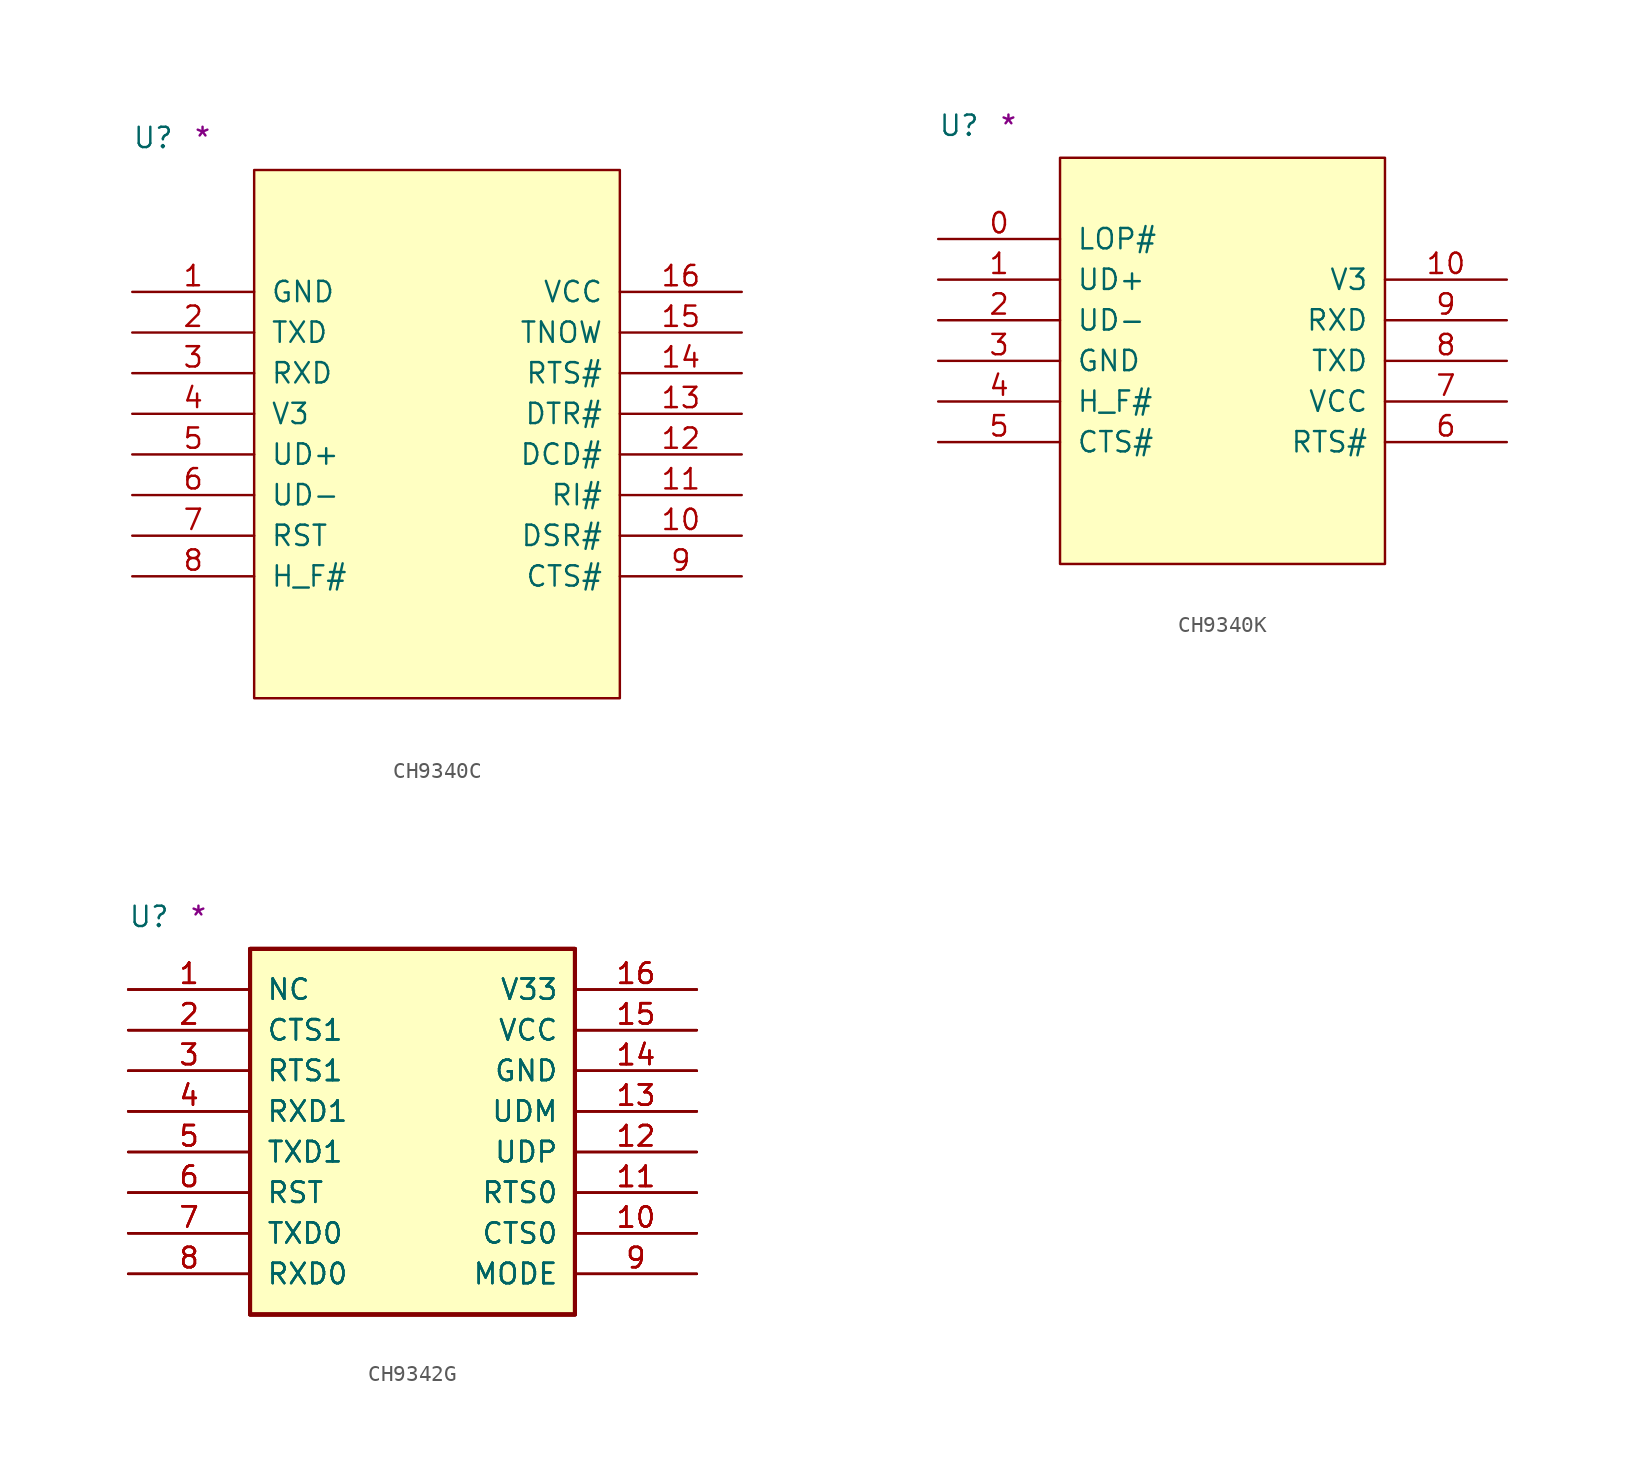
<source format=kicad_sym>
(kicad_symbol_lib
  (version 20211014)
  (generator kicad_symbol_editor)
  (symbol "CH9340C"
    (pin_names
      (offset 1.016))
    (property "Reference" "U"
      (at -7.62 1.27 0)
      (effects (font (size 1.27 1.27)) (justify left bottom)))
    (property "Comment" "*"
      (at -3.81 1.27 0)
      (effects (font (size 1.27 1.27)) (justify left bottom)))
    (symbol "CH9340C_1_1"
      (rectangle (start 0 -33.02) (end 22.86 0) (stroke (width 0) (type default) (color 0 0 0 0)) (fill (type background)))
      (pin power_in line (at -7.62 -7.62 0) (length 7.62) (name "GND" (effects (font (size 1.27 1.27)))) (number "1" (effects (font (size 1.27 1.27)))))
      (pin input line (at 30.48 -22.86 180) (length 7.62) (name "DSR#" (effects (font (size 1.27 1.27)))) (number "10" (effects (font (size 1.27 1.27)))))
      (pin input line (at 30.48 -20.32 180) (length 7.62) (name "RI#" (effects (font (size 1.27 1.27)))) (number "11" (effects (font (size 1.27 1.27)))))
      (pin input line (at 30.48 -17.78 180) (length 7.62) (name "DCD#" (effects (font (size 1.27 1.27)))) (number "12" (effects (font (size 1.27 1.27)))))
      (pin output line (at 30.48 -15.24 180) (length 7.62) (name "DTR#" (effects (font (size 1.27 1.27)))) (number "13" (effects (font (size 1.27 1.27)))))
      (pin output line (at 30.48 -12.7 180) (length 7.62) (name "RTS#" (effects (font (size 1.27 1.27)))) (number "14" (effects (font (size 1.27 1.27)))))
      (pin output line (at 30.48 -10.16 180) (length 7.62) (name "TNOW" (effects (font (size 1.27 1.27)))) (number "15" (effects (font (size 1.27 1.27)))))
      (pin power_in line (at 30.48 -7.62 180) (length 7.62) (name "VCC" (effects (font (size 1.27 1.27)))) (number "16" (effects (font (size 1.27 1.27)))))
      (pin output line (at -7.62 -10.16 0) (length 7.62) (name "TXD" (effects (font (size 1.27 1.27)))) (number "2" (effects (font (size 1.27 1.27)))))
      (pin input line (at -7.62 -12.7 0) (length 7.62) (name "RXD" (effects (font (size 1.27 1.27)))) (number "3" (effects (font (size 1.27 1.27)))))
      (pin power_in line (at -7.62 -15.24 0) (length 7.62) (name "V3" (effects (font (size 1.27 1.27)))) (number "4" (effects (font (size 1.27 1.27)))))
      (pin bidirectional line (at -7.62 -17.78 0) (length 7.62) (name "UD+" (effects (font (size 1.27 1.27)))) (number "5" (effects (font (size 1.27 1.27)))))
      (pin bidirectional line (at -7.62 -20.32 0) (length 7.62) (name "UD-" (effects (font (size 1.27 1.27)))) (number "6" (effects (font (size 1.27 1.27)))))
      (pin input line (at -7.62 -22.86 0) (length 7.62) (name "RST" (effects (font (size 1.27 1.27)))) (number "7" (effects (font (size 1.27 1.27)))))
      (pin input line (at -7.62 -25.4 0) (length 7.62) (name "H_F#" (effects (font (size 1.27 1.27)))) (number "8" (effects (font (size 1.27 1.27)))))
      (pin input line (at 30.48 -25.4 180) (length 7.62) (name "CTS#" (effects (font (size 1.27 1.27)))) (number "9" (effects (font (size 1.27 1.27)))))))
  (symbol "CH9340K"
    (pin_names
      (offset 1.016))
    (property "Reference" "U"
      (at -7.62 1.27 0)
      (effects (font (size 1.27 1.27)) (justify left bottom)))
    (property "Comment" "*"
      (at -3.81 1.27 0)
      (effects (font (size 1.27 1.27)) (justify left bottom)))
    (symbol "CH9340K_1_1"
      (rectangle (start 0 -25.4) (end 20.32 0) (stroke (width 0) (type default) (color 0 0 0 0)) (fill (type background)))
      (pin input line (at -7.62 -5.08 0) (length 7.62) (name "LOP#" (effects (font (size 1.27 1.27)))) (number "0" (effects (font (size 1.27 1.27)))))
      (pin bidirectional line (at -7.62 -7.62 0) (length 7.62) (name "UD+" (effects (font (size 1.27 1.27)))) (number "1" (effects (font (size 1.27 1.27)))))
      (pin power_in line (at 27.94 -7.62 180) (length 7.62) (name "V3" (effects (font (size 1.27 1.27)))) (number "10" (effects (font (size 1.27 1.27)))))
      (pin bidirectional line (at -7.62 -10.16 0) (length 7.62) (name "UD-" (effects (font (size 1.27 1.27)))) (number "2" (effects (font (size 1.27 1.27)))))
      (pin power_in line (at -7.62 -12.7 0) (length 7.62) (name "GND" (effects (font (size 1.27 1.27)))) (number "3" (effects (font (size 1.27 1.27)))))
      (pin input line (at -7.62 -15.24 0) (length 7.62) (name "H_F#" (effects (font (size 1.27 1.27)))) (number "4" (effects (font (size 1.27 1.27)))))
      (pin input line (at -7.62 -17.78 0) (length 7.62) (name "CTS#" (effects (font (size 1.27 1.27)))) (number "5" (effects (font (size 1.27 1.27)))))
      (pin output line (at 27.94 -17.78 180) (length 7.62) (name "RTS#" (effects (font (size 1.27 1.27)))) (number "6" (effects (font (size 1.27 1.27)))))
      (pin power_in line (at 27.94 -15.24 180) (length 7.62) (name "VCC" (effects (font (size 1.27 1.27)))) (number "7" (effects (font (size 1.27 1.27)))))
      (pin output line (at 27.94 -12.7 180) (length 7.62) (name "TXD" (effects (font (size 1.27 1.27)))) (number "8" (effects (font (size 1.27 1.27)))))
      (pin input line (at 27.94 -10.16 180) (length 7.62) (name "RXD" (effects (font (size 1.27 1.27)))) (number "9" (effects (font (size 1.27 1.27)))))))
  (symbol "CH9342G"
    (pin_names
      (offset 1.016))
    (property "Reference" "U"
      (at -7.62 1.27 0)
      (effects (font (size 1.27 1.27)) (justify left bottom)))
    (property "Comment" "*"
      (at -3.81 1.27 0)
      (effects (font (size 1.27 1.27)) (justify left bottom)))
    (symbol "CH9342G_1_1"
      (rectangle (start 0 -22.86) (end 20.32 0) (stroke (width 0.254) (type default) (color 0 0 0 0)) (fill (type background)))
      (rectangle (start 0 -22.86) (end 20.32 0) (stroke (width 0.254) (type default) (color 0 0 0 0)) (fill (type background)))
      (rectangle (start 0 -22.86) (end 20.32 0) (stroke (width 0.254) (type default) (color 0 0 0 0)) (fill (type background)))
      (pin bidirectional line (at -7.62 -2.54 0) (length 7.62) (name "NC" (effects (font (size 1.27 1.27)))) (number "1" (effects (font (size 1.27 1.27)))))
      (pin bidirectional line (at -7.62 -2.54 0) (length 7.62) (name "NC" (effects (font (size 1.27 1.27)))) (number "1" (effects (font (size 1.27 1.27)))))
      (pin bidirectional line (at -7.62 -2.54 0) (length 7.62) (name "NC" (effects (font (size 1.27 1.27)))) (number "1" (effects (font (size 1.27 1.27)))))
      (pin bidirectional line (at 27.94 -17.78 180) (length 7.62) (name "CTS0" (effects (font (size 1.27 1.27)))) (number "10" (effects (font (size 1.27 1.27)))))
      (pin bidirectional line (at 27.94 -17.78 180) (length 7.62) (name "CTS0" (effects (font (size 1.27 1.27)))) (number "10" (effects (font (size 1.27 1.27)))))
      (pin bidirectional line (at 27.94 -17.78 180) (length 7.62) (name "CTS0" (effects (font (size 1.27 1.27)))) (number "10" (effects (font (size 1.27 1.27)))))
      (pin bidirectional line (at 27.94 -15.24 180) (length 7.62) (name "RTS0" (effects (font (size 1.27 1.27)))) (number "11" (effects (font (size 1.27 1.27)))))
      (pin bidirectional line (at 27.94 -15.24 180) (length 7.62) (name "RTS0" (effects (font (size 1.27 1.27)))) (number "11" (effects (font (size 1.27 1.27)))))
      (pin bidirectional line (at 27.94 -15.24 180) (length 7.62) (name "RTS0" (effects (font (size 1.27 1.27)))) (number "11" (effects (font (size 1.27 1.27)))))
      (pin bidirectional line (at 27.94 -12.7 180) (length 7.62) (name "UDP" (effects (font (size 1.27 1.27)))) (number "12" (effects (font (size 1.27 1.27)))))
      (pin bidirectional line (at 27.94 -12.7 180) (length 7.62) (name "UDP" (effects (font (size 1.27 1.27)))) (number "12" (effects (font (size 1.27 1.27)))))
      (pin bidirectional line (at 27.94 -12.7 180) (length 7.62) (name "UDP" (effects (font (size 1.27 1.27)))) (number "12" (effects (font (size 1.27 1.27)))))
      (pin bidirectional line (at 27.94 -10.16 180) (length 7.62) (name "UDM" (effects (font (size 1.27 1.27)))) (number "13" (effects (font (size 1.27 1.27)))))
      (pin bidirectional line (at 27.94 -10.16 180) (length 7.62) (name "UDM" (effects (font (size 1.27 1.27)))) (number "13" (effects (font (size 1.27 1.27)))))
      (pin bidirectional line (at 27.94 -10.16 180) (length 7.62) (name "UDM" (effects (font (size 1.27 1.27)))) (number "13" (effects (font (size 1.27 1.27)))))
      (pin power_in line (at 27.94 -7.62 180) (length 7.62) (name "GND" (effects (font (size 1.27 1.27)))) (number "14" (effects (font (size 1.27 1.27)))))
      (pin power_in line (at 27.94 -7.62 180) (length 7.62) (name "GND" (effects (font (size 1.27 1.27)))) (number "14" (effects (font (size 1.27 1.27)))))
      (pin power_in line (at 27.94 -7.62 180) (length 7.62) (name "GND" (effects (font (size 1.27 1.27)))) (number "14" (effects (font (size 1.27 1.27)))))
      (pin power_in line (at 27.94 -5.08 180) (length 7.62) (name "VCC" (effects (font (size 1.27 1.27)))) (number "15" (effects (font (size 1.27 1.27)))))
      (pin power_in line (at 27.94 -5.08 180) (length 7.62) (name "VCC" (effects (font (size 1.27 1.27)))) (number "15" (effects (font (size 1.27 1.27)))))
      (pin power_in line (at 27.94 -5.08 180) (length 7.62) (name "VCC" (effects (font (size 1.27 1.27)))) (number "15" (effects (font (size 1.27 1.27)))))
      (pin power_in line (at 27.94 -2.54 180) (length 7.62) (name "V33" (effects (font (size 1.27 1.27)))) (number "16" (effects (font (size 1.27 1.27)))))
      (pin power_in line (at 27.94 -2.54 180) (length 7.62) (name "V33" (effects (font (size 1.27 1.27)))) (number "16" (effects (font (size 1.27 1.27)))))
      (pin power_in line (at 27.94 -2.54 180) (length 7.62) (name "V33" (effects (font (size 1.27 1.27)))) (number "16" (effects (font (size 1.27 1.27)))))
      (pin bidirectional line (at -7.62 -5.08 0) (length 7.62) (name "CTS1" (effects (font (size 1.27 1.27)))) (number "2" (effects (font (size 1.27 1.27)))))
      (pin bidirectional line (at -7.62 -5.08 0) (length 7.62) (name "CTS1" (effects (font (size 1.27 1.27)))) (number "2" (effects (font (size 1.27 1.27)))))
      (pin bidirectional line (at -7.62 -5.08 0) (length 7.62) (name "CTS1" (effects (font (size 1.27 1.27)))) (number "2" (effects (font (size 1.27 1.27)))))
      (pin bidirectional line (at -7.62 -7.62 0) (length 7.62) (name "RTS1" (effects (font (size 1.27 1.27)))) (number "3" (effects (font (size 1.27 1.27)))))
      (pin bidirectional line (at -7.62 -7.62 0) (length 7.62) (name "RTS1" (effects (font (size 1.27 1.27)))) (number "3" (effects (font (size 1.27 1.27)))))
      (pin bidirectional line (at -7.62 -7.62 0) (length 7.62) (name "RTS1" (effects (font (size 1.27 1.27)))) (number "3" (effects (font (size 1.27 1.27)))))
      (pin bidirectional line (at -7.62 -10.16 0) (length 7.62) (name "RXD1" (effects (font (size 1.27 1.27)))) (number "4" (effects (font (size 1.27 1.27)))))
      (pin bidirectional line (at -7.62 -10.16 0) (length 7.62) (name "RXD1" (effects (font (size 1.27 1.27)))) (number "4" (effects (font (size 1.27 1.27)))))
      (pin bidirectional line (at -7.62 -10.16 0) (length 7.62) (name "RXD1" (effects (font (size 1.27 1.27)))) (number "4" (effects (font (size 1.27 1.27)))))
      (pin bidirectional line (at -7.62 -12.7 0) (length 7.62) (name "TXD1" (effects (font (size 1.27 1.27)))) (number "5" (effects (font (size 1.27 1.27)))))
      (pin bidirectional line (at -7.62 -12.7 0) (length 7.62) (name "TXD1" (effects (font (size 1.27 1.27)))) (number "5" (effects (font (size 1.27 1.27)))))
      (pin bidirectional line (at -7.62 -12.7 0) (length 7.62) (name "TXD1" (effects (font (size 1.27 1.27)))) (number "5" (effects (font (size 1.27 1.27)))))
      (pin input line (at -7.62 -15.24 0) (length 7.62) (name "RST" (effects (font (size 1.27 1.27)))) (number "6" (effects (font (size 1.27 1.27)))))
      (pin input line (at -7.62 -15.24 0) (length 7.62) (name "RST" (effects (font (size 1.27 1.27)))) (number "6" (effects (font (size 1.27 1.27)))))
      (pin input line (at -7.62 -15.24 0) (length 7.62) (name "RST" (effects (font (size 1.27 1.27)))) (number "6" (effects (font (size 1.27 1.27)))))
      (pin bidirectional line (at -7.62 -17.78 0) (length 7.62) (name "TXD0" (effects (font (size 1.27 1.27)))) (number "7" (effects (font (size 1.27 1.27)))))
      (pin bidirectional line (at -7.62 -17.78 0) (length 7.62) (name "TXD0" (effects (font (size 1.27 1.27)))) (number "7" (effects (font (size 1.27 1.27)))))
      (pin bidirectional line (at -7.62 -17.78 0) (length 7.62) (name "TXD0" (effects (font (size 1.27 1.27)))) (number "7" (effects (font (size 1.27 1.27)))))
      (pin bidirectional line (at -7.62 -20.32 0) (length 7.62) (name "RXD0" (effects (font (size 1.27 1.27)))) (number "8" (effects (font (size 1.27 1.27)))))
      (pin bidirectional line (at -7.62 -20.32 0) (length 7.62) (name "RXD0" (effects (font (size 1.27 1.27)))) (number "8" (effects (font (size 1.27 1.27)))))
      (pin bidirectional line (at -7.62 -20.32 0) (length 7.62) (name "RXD0" (effects (font (size 1.27 1.27)))) (number "8" (effects (font (size 1.27 1.27)))))
      (pin bidirectional line (at 27.94 -20.32 180) (length 7.62) (name "MODE" (effects (font (size 1.27 1.27)))) (number "9" (effects (font (size 1.27 1.27)))))
      (pin bidirectional line (at 27.94 -20.32 180) (length 7.62) (name "MODE" (effects (font (size 1.27 1.27)))) (number "9" (effects (font (size 1.27 1.27)))))
      (pin bidirectional line (at 27.94 -20.32 180) (length 7.62) (name "MODE" (effects (font (size 1.27 1.27)))) (number "9" (effects (font (size 1.27 1.27))))))))
</source>
